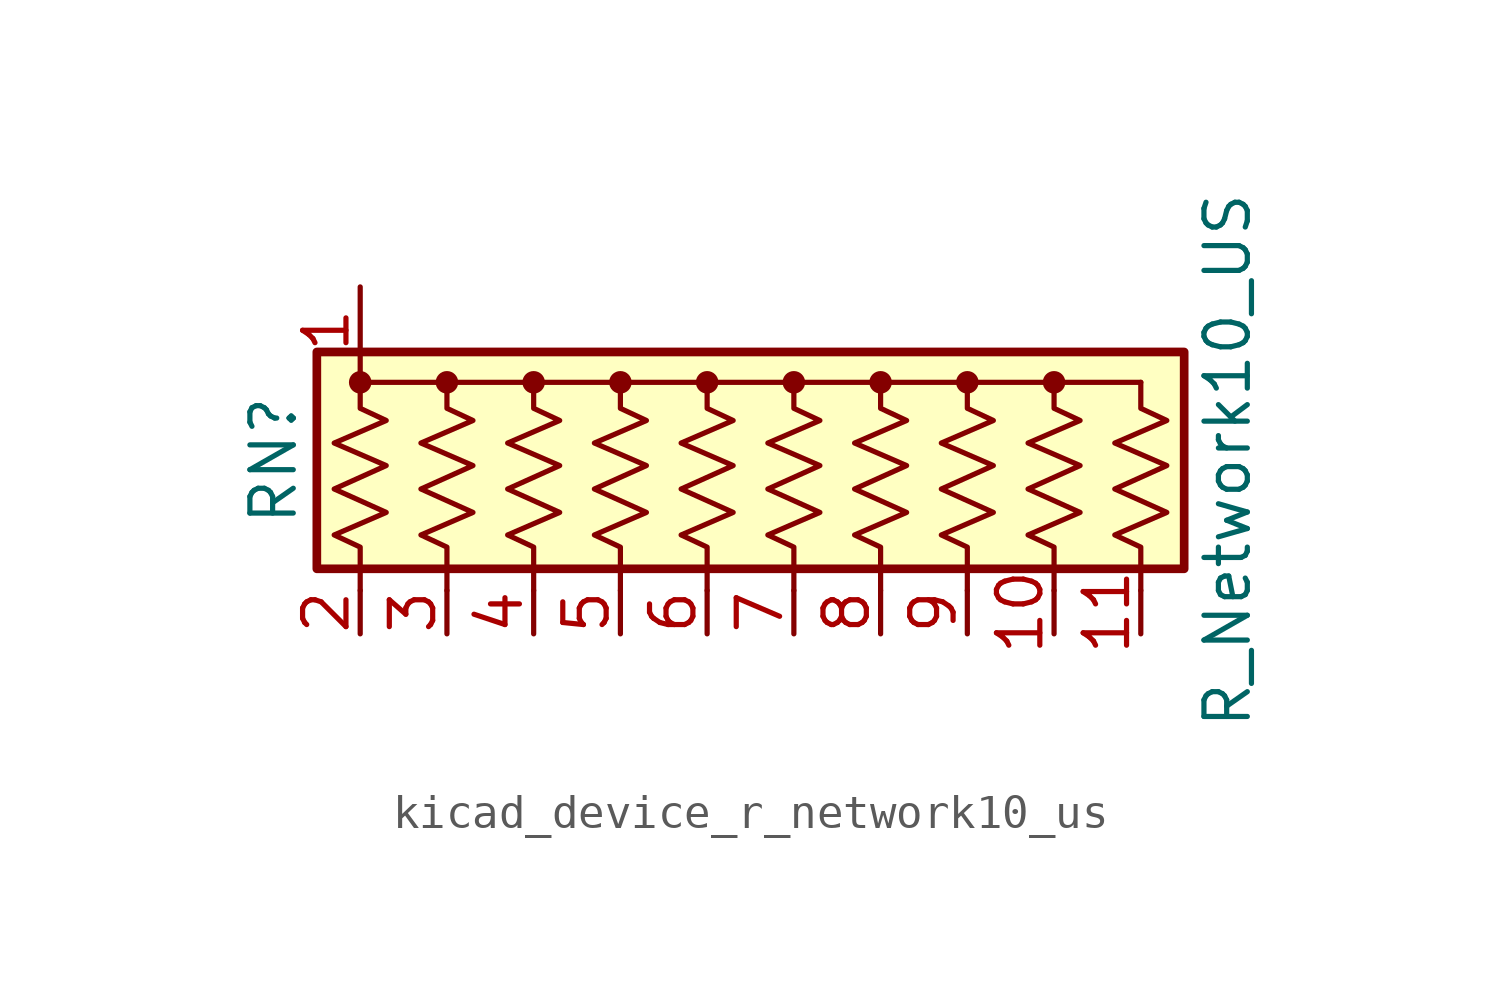
<source format=kicad_sym>
(kicad_symbol_lib
  (version 20220914)
  (generator kicad_symbol_editor)
  (symbol "kicad_device_r_network10_us"
    (pin_names
      (offset 0) hide)
    (property "Reference" "RN"
      (at -15.24 0 90)
      (effects (font (size 1.27 1.27))))
    (property "Value" "R_Network10_US"
      (at 12.7 0 90)
      (effects (font (size 1.27 1.27))))
    (symbol "kicad_device_r_network10_us_0_1"
      (rectangle (start -13.97 -3.175) (end 11.43 3.175) (stroke (width 0.254) (type default)) (fill (type background)))
      (circle (center -12.7 2.286) (radius 0.254) (stroke (width 0) (type default)) (fill (type outline)))
      (circle (center -10.16 2.286) (radius 0.254) (stroke (width 0) (type default)) (fill (type outline)))
      (circle (center -7.62 2.286) (radius 0.254) (stroke (width 0) (type default)) (fill (type outline)))
      (circle (center -5.08 2.286) (radius 0.254) (stroke (width 0) (type default)) (fill (type outline)))
      (circle (center -2.54 2.286) (radius 0.254) (stroke (width 0) (type default)) (fill (type outline)))
      (polyline (pts (xy -12.7 2.286) (xy 10.16 2.286)) (stroke (width 0) (type default)) (fill (type none)))
      (polyline (pts (xy -12.7 2.286) (xy -12.7 1.524) (xy -11.938 1.168) (xy -13.462 0.508) (xy -11.938 -0.152) (xy -13.462 -0.838) (xy -11.938 -1.524) (xy -13.462 -2.184) (xy -12.7 -2.54) (xy -12.7 -3.81)) (stroke (width 0) (type default)) (fill (type none)))
      (polyline (pts (xy -10.16 2.286) (xy -10.16 1.524) (xy -9.398 1.168) (xy -10.922 0.508) (xy -9.398 -0.152) (xy -10.922 -0.838) (xy -9.398 -1.524) (xy -10.922 -2.184) (xy -10.16 -2.54) (xy -10.16 -3.81)) (stroke (width 0) (type default)) (fill (type none)))
      (polyline (pts (xy -7.62 2.286) (xy -7.62 1.524) (xy -6.858 1.168) (xy -8.382 0.508) (xy -6.858 -0.152) (xy -8.382 -0.838) (xy -6.858 -1.524) (xy -8.382 -2.184) (xy -7.62 -2.54) (xy -7.62 -3.81)) (stroke (width 0) (type default)) (fill (type none)))
      (polyline (pts (xy -5.08 2.286) (xy -5.08 1.524) (xy -4.318 1.168) (xy -5.842 0.508) (xy -4.318 -0.152) (xy -5.842 -0.838) (xy -4.318 -1.524) (xy -5.842 -2.184) (xy -5.08 -2.54) (xy -5.08 -3.81)) (stroke (width 0) (type default)) (fill (type none)))
      (polyline (pts (xy -2.54 2.286) (xy -2.54 1.524) (xy -1.778 1.168) (xy -3.302 0.508) (xy -1.778 -0.152) (xy -3.302 -0.838) (xy -1.778 -1.524) (xy -3.302 -2.184) (xy -2.54 -2.54) (xy -2.54 -3.81)) (stroke (width 0) (type default)) (fill (type none)))
      (polyline (pts (xy 0 2.286) (xy 0 1.524) (xy 0.762 1.168) (xy -0.762 0.508) (xy 0.762 -0.152) (xy -0.762 -0.838) (xy 0.762 -1.524) (xy -0.762 -2.184) (xy 0 -2.54) (xy 0 -3.81)) (stroke (width 0) (type default)) (fill (type none)))
      (polyline (pts (xy 2.54 2.286) (xy 2.54 1.524) (xy 3.302 1.168) (xy 1.778 0.508) (xy 3.302 -0.152) (xy 1.778 -0.838) (xy 3.302 -1.524) (xy 1.778 -2.184) (xy 2.54 -2.54) (xy 2.54 -3.81)) (stroke (width 0) (type default)) (fill (type none)))
      (polyline (pts (xy 5.08 2.286) (xy 5.08 1.524) (xy 5.842 1.168) (xy 4.318 0.508) (xy 5.842 -0.152) (xy 4.318 -0.838) (xy 5.842 -1.524) (xy 4.318 -2.184) (xy 5.08 -2.54) (xy 5.08 -3.81)) (stroke (width 0) (type default)) (fill (type none)))
      (polyline (pts (xy 7.62 2.286) (xy 7.62 1.524) (xy 8.382 1.168) (xy 6.858 0.508) (xy 8.382 -0.152) (xy 6.858 -0.838) (xy 8.382 -1.524) (xy 6.858 -2.184) (xy 7.62 -2.54) (xy 7.62 -3.81)) (stroke (width 0) (type default)) (fill (type none)))
      (polyline (pts (xy 10.16 2.286) (xy 10.16 1.524) (xy 10.922 1.168) (xy 9.398 0.508) (xy 10.922 -0.152) (xy 9.398 -0.838) (xy 10.922 -1.524) (xy 9.398 -2.184) (xy 10.16 -2.54) (xy 10.16 -3.81)) (stroke (width 0) (type default)) (fill (type none)))
      (circle (center 0 2.286) (radius 0.254) (stroke (width 0) (type default)) (fill (type outline)))
      (circle (center 2.54 2.286) (radius 0.254) (stroke (width 0) (type default)) (fill (type outline)))
      (circle (center 5.08 2.286) (radius 0.254) (stroke (width 0) (type default)) (fill (type outline)))
      (circle (center 7.62 2.286) (radius 0.254) (stroke (width 0) (type default)) (fill (type outline))))
    (symbol "kicad_device_r_network10_us_1_1"
      (pin passive line (at -12.7 5.08 270) (length 2.54) (name "common" (effects (font (size 1.27 1.27)))) (number "1" (effects (font (size 1.27 1.27)))))
      (pin passive line (at 7.62 -5.08 90) (length 1.27) (name "R9" (effects (font (size 1.27 1.27)))) (number "10" (effects (font (size 1.27 1.27)))))
      (pin passive line (at 10.16 -5.08 90) (length 1.27) (name "R10" (effects (font (size 1.27 1.27)))) (number "11" (effects (font (size 1.27 1.27)))))
      (pin passive line (at -12.7 -5.08 90) (length 1.27) (name "R1" (effects (font (size 1.27 1.27)))) (number "2" (effects (font (size 1.27 1.27)))))
      (pin passive line (at -10.16 -5.08 90) (length 1.27) (name "R2" (effects (font (size 1.27 1.27)))) (number "3" (effects (font (size 1.27 1.27)))))
      (pin passive line (at -7.62 -5.08 90) (length 1.27) (name "R3" (effects (font (size 1.27 1.27)))) (number "4" (effects (font (size 1.27 1.27)))))
      (pin passive line (at -5.08 -5.08 90) (length 1.27) (name "R4" (effects (font (size 1.27 1.27)))) (number "5" (effects (font (size 1.27 1.27)))))
      (pin passive line (at -2.54 -5.08 90) (length 1.27) (name "R5" (effects (font (size 1.27 1.27)))) (number "6" (effects (font (size 1.27 1.27)))))
      (pin passive line (at 0 -5.08 90) (length 1.27) (name "R6" (effects (font (size 1.27 1.27)))) (number "7" (effects (font (size 1.27 1.27)))))
      (pin passive line (at 2.54 -5.08 90) (length 1.27) (name "R7" (effects (font (size 1.27 1.27)))) (number "8" (effects (font (size 1.27 1.27)))))
      (pin passive line (at 5.08 -5.08 90) (length 1.27) (name "R8" (effects (font (size 1.27 1.27)))) (number "9" (effects (font (size 1.27 1.27))))))))
</source>
